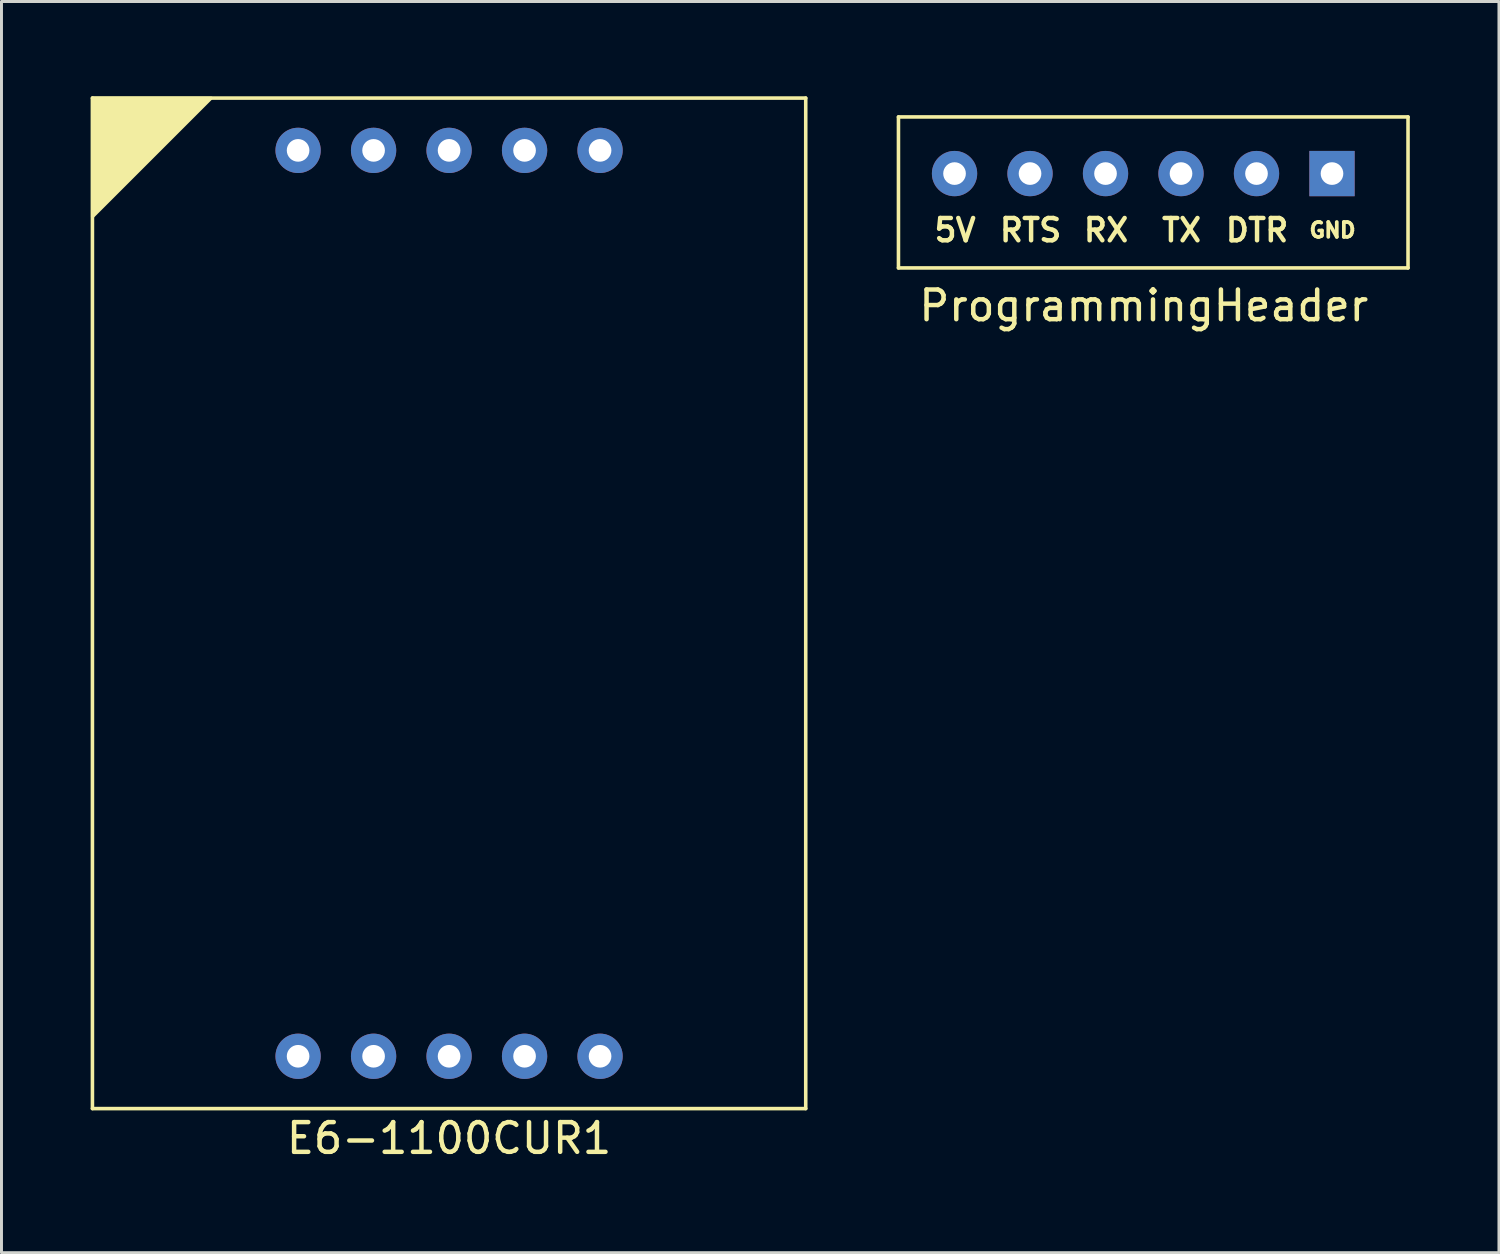
<source format=kicad_pcb>
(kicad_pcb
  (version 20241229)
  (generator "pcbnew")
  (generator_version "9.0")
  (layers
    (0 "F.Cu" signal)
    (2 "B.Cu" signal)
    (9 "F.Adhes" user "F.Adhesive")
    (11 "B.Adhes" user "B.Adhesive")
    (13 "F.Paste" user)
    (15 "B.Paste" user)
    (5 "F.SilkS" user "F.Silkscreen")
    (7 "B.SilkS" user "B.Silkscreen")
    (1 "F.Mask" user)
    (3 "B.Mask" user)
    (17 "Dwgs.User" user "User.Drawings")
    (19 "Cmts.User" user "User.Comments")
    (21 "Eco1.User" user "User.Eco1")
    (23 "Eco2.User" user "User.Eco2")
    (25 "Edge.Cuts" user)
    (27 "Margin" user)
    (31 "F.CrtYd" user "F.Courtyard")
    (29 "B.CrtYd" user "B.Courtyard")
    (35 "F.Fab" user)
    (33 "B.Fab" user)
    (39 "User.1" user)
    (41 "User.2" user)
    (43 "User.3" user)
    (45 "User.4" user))
  (footprint "ProgrammingHeader"
    (layer "F.Cu")
    (at 35.435 0.25)
    (property "Reference" "ProgrammingHeader" (at 0 6.985 0) (layer "F.SilkS") (effects (font (size 1 1) (thickness 0.15))))
    (attr through_hole)
    (fp_line (start -8.255 0.635) (end 8.89 0.635) (stroke (width 0.12) (type solid)) (layer "F.SilkS"))
    (fp_line (start -8.255 5.715) (end -8.255 0.635) (stroke (width 0.12) (type solid)) (layer "F.SilkS"))
    (fp_line (start 8.89 0.635) (end 8.89 5.715) (stroke (width 0.12) (type solid)) (layer "F.SilkS"))
    (fp_line (start 8.89 5.715) (end -8.255 5.715) (stroke (width 0.12) (type solid)) (layer "F.SilkS"))
    (fp_text user "RX" (at -1.27 4.445 0) (layer "F.SilkS") (effects (font (size 0.75 0.75) (thickness 0.15))))
    (fp_text user "5V" (at -6.35 4.445 0) (layer "F.SilkS") (effects (font (size 0.75 0.75) (thickness 0.15))))
    (fp_text user "RTS" (at -3.81 4.445 0) (layer "F.SilkS") (effects (font (size 0.75 0.75) (thickness 0.15))))
    (fp_text user "TX" (at 1.27 4.445 0) (layer "F.SilkS") (effects (font (size 0.75 0.75) (thickness 0.15))))
    (fp_text user "DTR" (at 3.81 4.445 0) (layer "F.SilkS") (effects (font (size 0.75 0.75) (thickness 0.15))))
    (fp_text user "GND" (at 6.35 4.445 0) (layer "F.SilkS") (effects (font (size 0.5 0.5) (thickness 0.125))))
    (pad "1" thru_hole circle (at -6.368 2.54) (size 1.524 1.524) (drill 0.762) (layers "*.Cu" "*.Mask"))
    (pad "2" thru_hole circle (at -3.828 2.54) (size 1.524 1.524) (drill 0.762) (layers "*.Cu" "*.Mask"))
    (pad "3" thru_hole circle (at -1.288 2.54) (size 1.524 1.524) (drill 0.762) (layers "*.Cu" "*.Mask"))
    (pad "4" thru_hole circle (at 1.252 2.54) (size 1.524 1.524) (drill 0.762) (layers "*.Cu" "*.Mask"))
    (pad "5" thru_hole circle (at 3.792 2.54) (size 1.524 1.524) (drill 0.762) (layers "*.Cu" "*.Mask"))
    (pad "6" thru_hole rect (at 6.332 2.54) (size 1.524 1.524) (drill 0.762) (layers "*.Cu" "*.Mask")))
  (footprint "E6-1100CUR1"
    (layer "F.Cu")
    (at 12.06 0.25)
    (property "Reference" "E6-1100CUR1" (at 0 35 0) (layer "F.SilkS") (effects (font (size 1 1) (thickness 0.15))))
    (attr through_hole)
    (fp_line (start -12 0) (end 12 0) (stroke (width 0.12) (type solid)) (layer "F.SilkS"))
    (fp_line (start -12 34) (end -12 0) (stroke (width 0.12) (type solid)) (layer "F.SilkS"))
    (fp_line (start 12 0) (end 12 34) (stroke (width 0.12) (type solid)) (layer "F.SilkS"))
    (fp_line (start 12 34) (end -12 34) (stroke (width 0.12) (type solid)) (layer "F.SilkS"))
    (fp_poly (pts (xy -12 0) (xy -8 0) (xy -12 4)) (stroke (width 0.1) (type solid)) (fill yes) (layer "F.SilkS"))
    (pad "1" thru_hole circle (at -5.08 32.24) (size 1.524 1.524) (drill 0.762) (layers "*.Cu" "*.Mask"))
    (pad "2" thru_hole circle (at -2.54 32.24) (size 1.524 1.524) (drill 0.762) (layers "*.Cu" "*.Mask"))
    (pad "3" thru_hole circle (at 0 32.24) (size 1.524 1.524) (drill 0.762) (layers "*.Cu" "*.Mask"))
    (pad "4" thru_hole circle (at 2.54 32.24) (size 1.524 1.524) (drill 0.762) (layers "*.Cu" "*.Mask"))
    (pad "5" thru_hole circle (at 5.08 32.24) (size 1.524 1.524) (drill 0.762) (layers "*.Cu" "*.Mask"))
    (pad "6" thru_hole circle (at 5.08 1.76) (size 1.524 1.524) (drill 0.762) (layers "*.Cu" "*.Mask"))
    (pad "7" thru_hole circle (at 2.54 1.76) (size 1.524 1.524) (drill 0.762) (layers "*.Cu" "*.Mask"))
    (pad "8" thru_hole circle (at 0 1.76) (size 1.524 1.524) (drill 0.762) (layers "*.Cu" "*.Mask"))
    (pad "9" thru_hole circle (at -2.54 1.76) (size 1.524 1.524) (drill 0.762) (layers "*.Cu" "*.Mask"))
    (pad "10" thru_hole circle (at -5.08 1.76) (size 1.524 1.524) (drill 0.762) (layers "*.Cu" "*.Mask")))
  (gr_rect
    (start -3 -3)
    (end 47.385 39.098)
    (stroke (width 0.1) (type default))
    (fill no)
    (layer "Edge.Cuts")))
</source>
